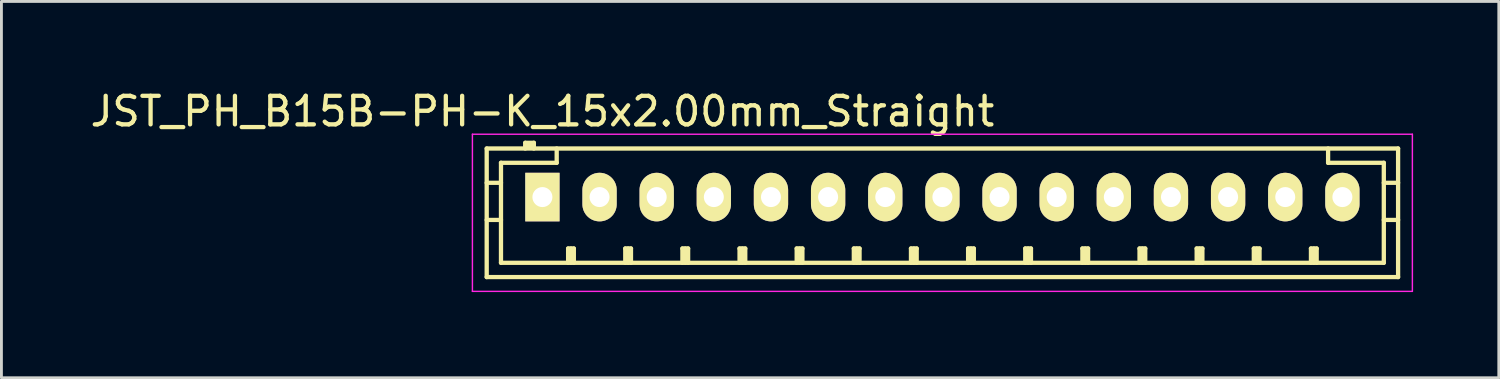
<source format=kicad_pcb>
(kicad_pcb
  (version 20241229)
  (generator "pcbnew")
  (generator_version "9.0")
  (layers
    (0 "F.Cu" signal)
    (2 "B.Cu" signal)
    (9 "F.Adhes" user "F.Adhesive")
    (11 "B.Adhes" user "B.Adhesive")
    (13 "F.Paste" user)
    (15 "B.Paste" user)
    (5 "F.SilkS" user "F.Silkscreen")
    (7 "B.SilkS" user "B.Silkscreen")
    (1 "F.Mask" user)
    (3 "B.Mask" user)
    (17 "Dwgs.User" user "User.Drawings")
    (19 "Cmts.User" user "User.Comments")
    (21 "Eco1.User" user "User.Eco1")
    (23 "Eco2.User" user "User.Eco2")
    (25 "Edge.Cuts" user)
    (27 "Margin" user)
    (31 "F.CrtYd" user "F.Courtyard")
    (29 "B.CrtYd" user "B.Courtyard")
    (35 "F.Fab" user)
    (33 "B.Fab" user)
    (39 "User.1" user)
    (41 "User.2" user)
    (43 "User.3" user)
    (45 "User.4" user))
  (footprint "JST_PH_B15B-PH-K_15x2.00mm_Straight"
    (layer "F.Cu")
    (at 15.935 3.848)
    (property "Reference" "JST_PH_B15B-PH-K_15x2.00mm_Straight" (at 0 -3 0) (layer "F.SilkS") (effects (font (size 1 1) (thickness 0.15))))
    (attr through_hole)
    (fp_line (start -1.95 -1.7) (end 29.95 -1.7) (stroke (width 0.15) (type solid)) (layer "F.SilkS"))
    (fp_line (start -1.95 -0.5) (end -1.45 -0.5) (stroke (width 0.15) (type solid)) (layer "F.SilkS"))
    (fp_line (start -1.95 0.8) (end -1.45 0.8) (stroke (width 0.15) (type solid)) (layer "F.SilkS"))
    (fp_line (start -1.95 2.8) (end -1.95 -1.7) (stroke (width 0.15) (type solid)) (layer "F.SilkS"))
    (fp_line (start -1.45 -1.2) (end -1.45 2.3) (stroke (width 0.15) (type solid)) (layer "F.SilkS"))
    (fp_line (start -1.45 2.3) (end 29.45 2.3) (stroke (width 0.15) (type solid)) (layer "F.SilkS"))
    (fp_line (start -0.6 -1.9) (end -0.6 -1.7) (stroke (width 0.15) (type solid)) (layer "F.SilkS"))
    (fp_line (start -0.3 -1.9) (end -0.6 -1.9) (stroke (width 0.15) (type solid)) (layer "F.SilkS"))
    (fp_line (start -0.3 -1.8) (end -0.6 -1.8) (stroke (width 0.15) (type solid)) (layer "F.SilkS"))
    (fp_line (start -0.3 -1.7) (end -0.3 -1.9) (stroke (width 0.15) (type solid)) (layer "F.SilkS"))
    (fp_line (start 0.5 -1.7) (end 0.5 -1.2) (stroke (width 0.15) (type solid)) (layer "F.SilkS"))
    (fp_line (start 0.5 -1.2) (end -1.45 -1.2) (stroke (width 0.15) (type solid)) (layer "F.SilkS"))
    (fp_line (start 0.9 1.8) (end 1.1 1.8) (stroke (width 0.15) (type solid)) (layer "F.SilkS"))
    (fp_line (start 0.9 2.3) (end 0.9 1.8) (stroke (width 0.15) (type solid)) (layer "F.SilkS"))
    (fp_line (start 1 2.3) (end 1 1.8) (stroke (width 0.15) (type solid)) (layer "F.SilkS"))
    (fp_line (start 1.1 1.8) (end 1.1 2.3) (stroke (width 0.15) (type solid)) (layer "F.SilkS"))
    (fp_line (start 2.9 1.8) (end 3.1 1.8) (stroke (width 0.15) (type solid)) (layer "F.SilkS"))
    (fp_line (start 2.9 2.3) (end 2.9 1.8) (stroke (width 0.15) (type solid)) (layer "F.SilkS"))
    (fp_line (start 3 2.3) (end 3 1.8) (stroke (width 0.15) (type solid)) (layer "F.SilkS"))
    (fp_line (start 3.1 1.8) (end 3.1 2.3) (stroke (width 0.15) (type solid)) (layer "F.SilkS"))
    (fp_line (start 4.9 1.8) (end 5.1 1.8) (stroke (width 0.15) (type solid)) (layer "F.SilkS"))
    (fp_line (start 4.9 2.3) (end 4.9 1.8) (stroke (width 0.15) (type solid)) (layer "F.SilkS"))
    (fp_line (start 5 2.3) (end 5 1.8) (stroke (width 0.15) (type solid)) (layer "F.SilkS"))
    (fp_line (start 5.1 1.8) (end 5.1 2.3) (stroke (width 0.15) (type solid)) (layer "F.SilkS"))
    (fp_line (start 6.9 1.8) (end 7.1 1.8) (stroke (width 0.15) (type solid)) (layer "F.SilkS"))
    (fp_line (start 6.9 2.3) (end 6.9 1.8) (stroke (width 0.15) (type solid)) (layer "F.SilkS"))
    (fp_line (start 7 2.3) (end 7 1.8) (stroke (width 0.15) (type solid)) (layer "F.SilkS"))
    (fp_line (start 7.1 1.8) (end 7.1 2.3) (stroke (width 0.15) (type solid)) (layer "F.SilkS"))
    (fp_line (start 8.9 1.8) (end 9.1 1.8) (stroke (width 0.15) (type solid)) (layer "F.SilkS"))
    (fp_line (start 8.9 2.3) (end 8.9 1.8) (stroke (width 0.15) (type solid)) (layer "F.SilkS"))
    (fp_line (start 9 2.3) (end 9 1.8) (stroke (width 0.15) (type solid)) (layer "F.SilkS"))
    (fp_line (start 9.1 1.8) (end 9.1 2.3) (stroke (width 0.15) (type solid)) (layer "F.SilkS"))
    (fp_line (start 10.9 1.8) (end 11.1 1.8) (stroke (width 0.15) (type solid)) (layer "F.SilkS"))
    (fp_line (start 10.9 2.3) (end 10.9 1.8) (stroke (width 0.15) (type solid)) (layer "F.SilkS"))
    (fp_line (start 11 2.3) (end 11 1.8) (stroke (width 0.15) (type solid)) (layer "F.SilkS"))
    (fp_line (start 11.1 1.8) (end 11.1 2.3) (stroke (width 0.15) (type solid)) (layer "F.SilkS"))
    (fp_line (start 12.9 1.8) (end 13.1 1.8) (stroke (width 0.15) (type solid)) (layer "F.SilkS"))
    (fp_line (start 12.9 2.3) (end 12.9 1.8) (stroke (width 0.15) (type solid)) (layer "F.SilkS"))
    (fp_line (start 13 2.3) (end 13 1.8) (stroke (width 0.15) (type solid)) (layer "F.SilkS"))
    (fp_line (start 13.1 1.8) (end 13.1 2.3) (stroke (width 0.15) (type solid)) (layer "F.SilkS"))
    (fp_line (start 14.9 1.8) (end 15.1 1.8) (stroke (width 0.15) (type solid)) (layer "F.SilkS"))
    (fp_line (start 14.9 2.3) (end 14.9 1.8) (stroke (width 0.15) (type solid)) (layer "F.SilkS"))
    (fp_line (start 15 2.3) (end 15 1.8) (stroke (width 0.15) (type solid)) (layer "F.SilkS"))
    (fp_line (start 15.1 1.8) (end 15.1 2.3) (stroke (width 0.15) (type solid)) (layer "F.SilkS"))
    (fp_line (start 16.9 1.8) (end 17.1 1.8) (stroke (width 0.15) (type solid)) (layer "F.SilkS"))
    (fp_line (start 16.9 2.3) (end 16.9 1.8) (stroke (width 0.15) (type solid)) (layer "F.SilkS"))
    (fp_line (start 17 2.3) (end 17 1.8) (stroke (width 0.15) (type solid)) (layer "F.SilkS"))
    (fp_line (start 17.1 1.8) (end 17.1 2.3) (stroke (width 0.15) (type solid)) (layer "F.SilkS"))
    (fp_line (start 18.9 1.8) (end 19.1 1.8) (stroke (width 0.15) (type solid)) (layer "F.SilkS"))
    (fp_line (start 18.9 2.3) (end 18.9 1.8) (stroke (width 0.15) (type solid)) (layer "F.SilkS"))
    (fp_line (start 19 2.3) (end 19 1.8) (stroke (width 0.15) (type solid)) (layer "F.SilkS"))
    (fp_line (start 19.1 1.8) (end 19.1 2.3) (stroke (width 0.15) (type solid)) (layer "F.SilkS"))
    (fp_line (start 20.9 1.8) (end 21.1 1.8) (stroke (width 0.15) (type solid)) (layer "F.SilkS"))
    (fp_line (start 20.9 2.3) (end 20.9 1.8) (stroke (width 0.15) (type solid)) (layer "F.SilkS"))
    (fp_line (start 21 2.3) (end 21 1.8) (stroke (width 0.15) (type solid)) (layer "F.SilkS"))
    (fp_line (start 21.1 1.8) (end 21.1 2.3) (stroke (width 0.15) (type solid)) (layer "F.SilkS"))
    (fp_line (start 22.9 1.8) (end 23.1 1.8) (stroke (width 0.15) (type solid)) (layer "F.SilkS"))
    (fp_line (start 22.9 2.3) (end 22.9 1.8) (stroke (width 0.15) (type solid)) (layer "F.SilkS"))
    (fp_line (start 23 2.3) (end 23 1.8) (stroke (width 0.15) (type solid)) (layer "F.SilkS"))
    (fp_line (start 23.1 1.8) (end 23.1 2.3) (stroke (width 0.15) (type solid)) (layer "F.SilkS"))
    (fp_line (start 24.9 1.8) (end 25.1 1.8) (stroke (width 0.15) (type solid)) (layer "F.SilkS"))
    (fp_line (start 24.9 2.3) (end 24.9 1.8) (stroke (width 0.15) (type solid)) (layer "F.SilkS"))
    (fp_line (start 25 2.3) (end 25 1.8) (stroke (width 0.15) (type solid)) (layer "F.SilkS"))
    (fp_line (start 25.1 1.8) (end 25.1 2.3) (stroke (width 0.15) (type solid)) (layer "F.SilkS"))
    (fp_line (start 26.9 1.8) (end 27.1 1.8) (stroke (width 0.15) (type solid)) (layer "F.SilkS"))
    (fp_line (start 26.9 2.3) (end 26.9 1.8) (stroke (width 0.15) (type solid)) (layer "F.SilkS"))
    (fp_line (start 27 2.3) (end 27 1.8) (stroke (width 0.15) (type solid)) (layer "F.SilkS"))
    (fp_line (start 27.1 1.8) (end 27.1 2.3) (stroke (width 0.15) (type solid)) (layer "F.SilkS"))
    (fp_line (start 27.5 -1.2) (end 27.5 -1.7) (stroke (width 0.15) (type solid)) (layer "F.SilkS"))
    (fp_line (start 29.45 -1.2) (end 27.5 -1.2) (stroke (width 0.15) (type solid)) (layer "F.SilkS"))
    (fp_line (start 29.45 -0.5) (end 29.95 -0.5) (stroke (width 0.15) (type solid)) (layer "F.SilkS"))
    (fp_line (start 29.45 0.8) (end 29.95 0.8) (stroke (width 0.15) (type solid)) (layer "F.SilkS"))
    (fp_line (start 29.45 2.3) (end 29.45 -1.2) (stroke (width 0.15) (type solid)) (layer "F.SilkS"))
    (fp_line (start 29.95 -1.7) (end 29.95 2.8) (stroke (width 0.15) (type solid)) (layer "F.SilkS"))
    (fp_line (start 29.95 2.8) (end -1.95 2.8) (stroke (width 0.15) (type solid)) (layer "F.SilkS"))
    (fp_line (start -2.45 -2.2) (end 30.45 -2.2) (stroke (width 0.05) (type solid)) (layer "F.CrtYd"))
    (fp_line (start -2.45 3.3) (end -2.45 -2.2) (stroke (width 0.05) (type solid)) (layer "F.CrtYd"))
    (fp_line (start 30.45 -2.2) (end 30.45 3.3) (stroke (width 0.05) (type solid)) (layer "F.CrtYd"))
    (fp_line (start 30.45 3.3) (end -2.45 3.3) (stroke (width 0.05) (type solid)) (layer "F.CrtYd"))
    (pad "1" thru_hole rect (at 0 0) (size 1.2 1.7) (drill 0.7) (layers "*.Cu" "*.Mask" "F.SilkS"))
    (pad "2" thru_hole oval (at 2 0) (size 1.2 1.7) (drill 0.7) (layers "*.Cu" "*.Mask" "F.SilkS"))
    (pad "3" thru_hole oval (at 4 0) (size 1.2 1.7) (drill 0.7) (layers "*.Cu" "*.Mask" "F.SilkS"))
    (pad "4" thru_hole oval (at 6 0) (size 1.2 1.7) (drill 0.7) (layers "*.Cu" "*.Mask" "F.SilkS"))
    (pad "5" thru_hole oval (at 8 0) (size 1.2 1.7) (drill 0.7) (layers "*.Cu" "*.Mask" "F.SilkS"))
    (pad "6" thru_hole oval (at 10 0) (size 1.2 1.7) (drill 0.7) (layers "*.Cu" "*.Mask" "F.SilkS"))
    (pad "7" thru_hole oval (at 12 0) (size 1.2 1.7) (drill 0.7) (layers "*.Cu" "*.Mask" "F.SilkS"))
    (pad "8" thru_hole oval (at 14 0) (size 1.2 1.7) (drill 0.7) (layers "*.Cu" "*.Mask" "F.SilkS"))
    (pad "9" thru_hole oval (at 16 0) (size 1.2 1.7) (drill 0.7) (layers "*.Cu" "*.Mask" "F.SilkS"))
    (pad "10" thru_hole oval (at 18 0) (size 1.2 1.7) (drill 0.7) (layers "*.Cu" "*.Mask" "F.SilkS"))
    (pad "11" thru_hole oval (at 20 0) (size 1.2 1.7) (drill 0.7) (layers "*.Cu" "*.Mask" "F.SilkS"))
    (pad "12" thru_hole oval (at 22 0) (size 1.2 1.7) (drill 0.7) (layers "*.Cu" "*.Mask" "F.SilkS"))
    (pad "13" thru_hole oval (at 24 0) (size 1.2 1.7) (drill 0.7) (layers "*.Cu" "*.Mask" "F.SilkS"))
    (pad "14" thru_hole oval (at 26 0) (size 1.2 1.7) (drill 0.7) (layers "*.Cu" "*.Mask" "F.SilkS"))
    (pad "15" thru_hole oval (at 28 0) (size 1.2 1.7) (drill 0.7) (layers "*.Cu" "*.Mask" "F.SilkS")))
  (gr_rect
    (start -3 -3)
    (end 49.41 10.173)
    (stroke (width 0.1) (type default))
    (fill no)
    (layer "Edge.Cuts")))
</source>
